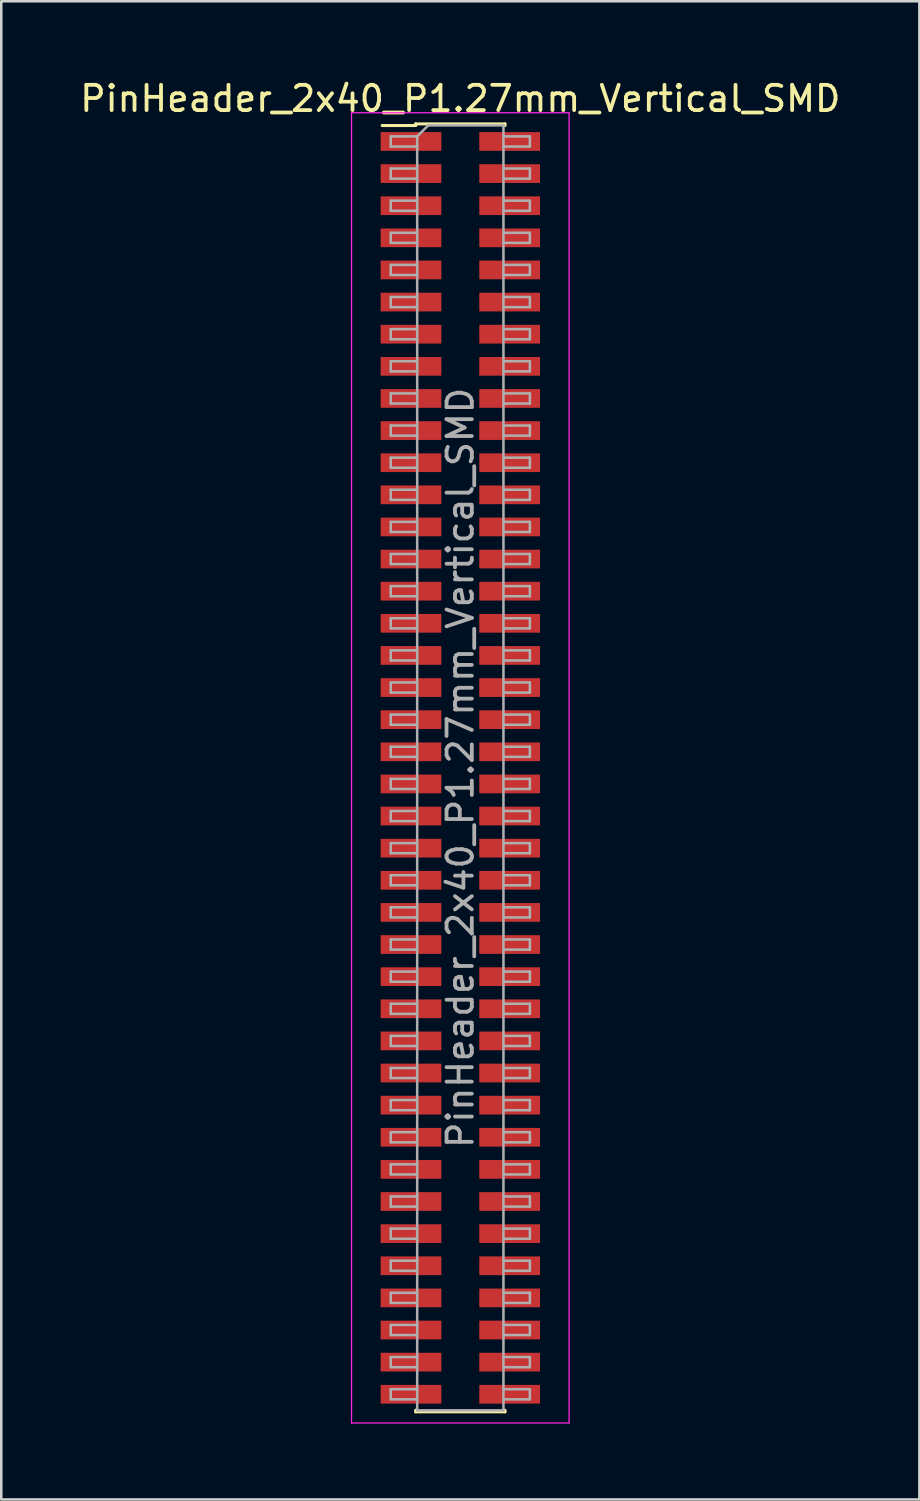
<source format=kicad_pcb>
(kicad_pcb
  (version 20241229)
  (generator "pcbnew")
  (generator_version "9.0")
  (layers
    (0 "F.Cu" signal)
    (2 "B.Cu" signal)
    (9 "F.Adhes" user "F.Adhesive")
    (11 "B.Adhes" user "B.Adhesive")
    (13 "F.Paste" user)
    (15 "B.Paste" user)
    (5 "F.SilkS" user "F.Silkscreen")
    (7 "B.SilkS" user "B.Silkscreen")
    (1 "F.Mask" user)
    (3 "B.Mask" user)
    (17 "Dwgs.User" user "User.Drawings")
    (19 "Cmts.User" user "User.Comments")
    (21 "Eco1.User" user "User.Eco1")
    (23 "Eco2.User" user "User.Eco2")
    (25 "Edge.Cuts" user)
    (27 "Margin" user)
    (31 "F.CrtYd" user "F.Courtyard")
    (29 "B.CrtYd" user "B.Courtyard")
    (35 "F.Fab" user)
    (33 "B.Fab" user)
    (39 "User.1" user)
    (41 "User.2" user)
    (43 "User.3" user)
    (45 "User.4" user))
  (footprint "PinHeader_2x40_P1.27mm_Vertical_SMD"
    (layer "F.Cu")
    (at 15.149 27.308)
    (property "Reference" "PinHeader_2x40_P1.27mm_Vertical_SMD" (at 0 -26.46 0) (layer "F.SilkS") (effects (font (size 1 1) (thickness 0.15))))
    (attr smd)
    (fp_line (start -3.09 -25.395) (end -1.765 -25.395) (stroke (width 0.12) (type solid)) (layer "F.SilkS"))
    (fp_line (start -1.765 -25.46) (end -1.765 -25.395) (stroke (width 0.12) (type solid)) (layer "F.SilkS"))
    (fp_line (start -1.765 -25.46) (end 1.765 -25.46) (stroke (width 0.12) (type solid)) (layer "F.SilkS"))
    (fp_line (start -1.765 25.395) (end -1.765 25.46) (stroke (width 0.12) (type solid)) (layer "F.SilkS"))
    (fp_line (start -1.765 25.46) (end 1.765 25.46) (stroke (width 0.12) (type solid)) (layer "F.SilkS"))
    (fp_line (start 1.765 -25.46) (end 1.765 -25.395) (stroke (width 0.12) (type solid)) (layer "F.SilkS"))
    (fp_line (start 1.765 25.395) (end 1.765 25.46) (stroke (width 0.12) (type solid)) (layer "F.SilkS"))
    (fp_line (start -4.3 -25.9) (end -4.3 25.9) (stroke (width 0.05) (type solid)) (layer "F.CrtYd"))
    (fp_line (start -4.3 25.9) (end 4.3 25.9) (stroke (width 0.05) (type solid)) (layer "F.CrtYd"))
    (fp_line (start 4.3 -25.9) (end -4.3 -25.9) (stroke (width 0.05) (type solid)) (layer "F.CrtYd"))
    (fp_line (start 4.3 25.9) (end 4.3 -25.9) (stroke (width 0.05) (type solid)) (layer "F.CrtYd"))
    (fp_line (start -2.75 -24.965) (end -2.75 -24.565) (stroke (width 0.1) (type solid)) (layer "F.Fab"))
    (fp_line (start -2.75 -24.565) (end -1.705 -24.565) (stroke (width 0.1) (type solid)) (layer "F.Fab"))
    (fp_line (start -2.75 -23.695) (end -2.75 -23.295) (stroke (width 0.1) (type solid)) (layer "F.Fab"))
    (fp_line (start -2.75 -23.295) (end -1.705 -23.295) (stroke (width 0.1) (type solid)) (layer "F.Fab"))
    (fp_line (start -2.75 -22.425) (end -2.75 -22.025) (stroke (width 0.1) (type solid)) (layer "F.Fab"))
    (fp_line (start -2.75 -22.025) (end -1.705 -22.025) (stroke (width 0.1) (type solid)) (layer "F.Fab"))
    (fp_line (start -2.75 -21.155) (end -2.75 -20.755) (stroke (width 0.1) (type solid)) (layer "F.Fab"))
    (fp_line (start -2.75 -20.755) (end -1.705 -20.755) (stroke (width 0.1) (type solid)) (layer "F.Fab"))
    (fp_line (start -2.75 -19.885) (end -2.75 -19.485) (stroke (width 0.1) (type solid)) (layer "F.Fab"))
    (fp_line (start -2.75 -19.485) (end -1.705 -19.485) (stroke (width 0.1) (type solid)) (layer "F.Fab"))
    (fp_line (start -2.75 -18.615) (end -2.75 -18.215) (stroke (width 0.1) (type solid)) (layer "F.Fab"))
    (fp_line (start -2.75 -18.215) (end -1.705 -18.215) (stroke (width 0.1) (type solid)) (layer "F.Fab"))
    (fp_line (start -2.75 -17.345) (end -2.75 -16.945) (stroke (width 0.1) (type solid)) (layer "F.Fab"))
    (fp_line (start -2.75 -16.945) (end -1.705 -16.945) (stroke (width 0.1) (type solid)) (layer "F.Fab"))
    (fp_line (start -2.75 -16.075) (end -2.75 -15.675) (stroke (width 0.1) (type solid)) (layer "F.Fab"))
    (fp_line (start -2.75 -15.675) (end -1.705 -15.675) (stroke (width 0.1) (type solid)) (layer "F.Fab"))
    (fp_line (start -2.75 -14.805) (end -2.75 -14.405) (stroke (width 0.1) (type solid)) (layer "F.Fab"))
    (fp_line (start -2.75 -14.405) (end -1.705 -14.405) (stroke (width 0.1) (type solid)) (layer "F.Fab"))
    (fp_line (start -2.75 -13.535) (end -2.75 -13.135) (stroke (width 0.1) (type solid)) (layer "F.Fab"))
    (fp_line (start -2.75 -13.135) (end -1.705 -13.135) (stroke (width 0.1) (type solid)) (layer "F.Fab"))
    (fp_line (start -2.75 -12.265) (end -2.75 -11.865) (stroke (width 0.1) (type solid)) (layer "F.Fab"))
    (fp_line (start -2.75 -11.865) (end -1.705 -11.865) (stroke (width 0.1) (type solid)) (layer "F.Fab"))
    (fp_line (start -2.75 -10.995) (end -2.75 -10.595) (stroke (width 0.1) (type solid)) (layer "F.Fab"))
    (fp_line (start -2.75 -10.595) (end -1.705 -10.595) (stroke (width 0.1) (type solid)) (layer "F.Fab"))
    (fp_line (start -2.75 -9.725) (end -2.75 -9.325) (stroke (width 0.1) (type solid)) (layer "F.Fab"))
    (fp_line (start -2.75 -9.325) (end -1.705 -9.325) (stroke (width 0.1) (type solid)) (layer "F.Fab"))
    (fp_line (start -2.75 -8.455) (end -2.75 -8.055) (stroke (width 0.1) (type solid)) (layer "F.Fab"))
    (fp_line (start -2.75 -8.055) (end -1.705 -8.055) (stroke (width 0.1) (type solid)) (layer "F.Fab"))
    (fp_line (start -2.75 -7.185) (end -2.75 -6.785) (stroke (width 0.1) (type solid)) (layer "F.Fab"))
    (fp_line (start -2.75 -6.785) (end -1.705 -6.785) (stroke (width 0.1) (type solid)) (layer "F.Fab"))
    (fp_line (start -2.75 -5.915) (end -2.75 -5.515) (stroke (width 0.1) (type solid)) (layer "F.Fab"))
    (fp_line (start -2.75 -5.515) (end -1.705 -5.515) (stroke (width 0.1) (type solid)) (layer "F.Fab"))
    (fp_line (start -2.75 -4.645) (end -2.75 -4.245) (stroke (width 0.1) (type solid)) (layer "F.Fab"))
    (fp_line (start -2.75 -4.245) (end -1.705 -4.245) (stroke (width 0.1) (type solid)) (layer "F.Fab"))
    (fp_line (start -2.75 -3.375) (end -2.75 -2.975) (stroke (width 0.1) (type solid)) (layer "F.Fab"))
    (fp_line (start -2.75 -2.975) (end -1.705 -2.975) (stroke (width 0.1) (type solid)) (layer "F.Fab"))
    (fp_line (start -2.75 -2.105) (end -2.75 -1.705) (stroke (width 0.1) (type solid)) (layer "F.Fab"))
    (fp_line (start -2.75 -1.705) (end -1.705 -1.705) (stroke (width 0.1) (type solid)) (layer "F.Fab"))
    (fp_line (start -2.75 -0.835) (end -2.75 -0.435) (stroke (width 0.1) (type solid)) (layer "F.Fab"))
    (fp_line (start -2.75 -0.435) (end -1.705 -0.435) (stroke (width 0.1) (type solid)) (layer "F.Fab"))
    (fp_line (start -2.75 0.435) (end -2.75 0.835) (stroke (width 0.1) (type solid)) (layer "F.Fab"))
    (fp_line (start -2.75 0.835) (end -1.705 0.835) (stroke (width 0.1) (type solid)) (layer "F.Fab"))
    (fp_line (start -2.75 1.705) (end -2.75 2.105) (stroke (width 0.1) (type solid)) (layer "F.Fab"))
    (fp_line (start -2.75 2.105) (end -1.705 2.105) (stroke (width 0.1) (type solid)) (layer "F.Fab"))
    (fp_line (start -2.75 2.975) (end -2.75 3.375) (stroke (width 0.1) (type solid)) (layer "F.Fab"))
    (fp_line (start -2.75 3.375) (end -1.705 3.375) (stroke (width 0.1) (type solid)) (layer "F.Fab"))
    (fp_line (start -2.75 4.245) (end -2.75 4.645) (stroke (width 0.1) (type solid)) (layer "F.Fab"))
    (fp_line (start -2.75 4.645) (end -1.705 4.645) (stroke (width 0.1) (type solid)) (layer "F.Fab"))
    (fp_line (start -2.75 5.515) (end -2.75 5.915) (stroke (width 0.1) (type solid)) (layer "F.Fab"))
    (fp_line (start -2.75 5.915) (end -1.705 5.915) (stroke (width 0.1) (type solid)) (layer "F.Fab"))
    (fp_line (start -2.75 6.785) (end -2.75 7.185) (stroke (width 0.1) (type solid)) (layer "F.Fab"))
    (fp_line (start -2.75 7.185) (end -1.705 7.185) (stroke (width 0.1) (type solid)) (layer "F.Fab"))
    (fp_line (start -2.75 8.055) (end -2.75 8.455) (stroke (width 0.1) (type solid)) (layer "F.Fab"))
    (fp_line (start -2.75 8.455) (end -1.705 8.455) (stroke (width 0.1) (type solid)) (layer "F.Fab"))
    (fp_line (start -2.75 9.325) (end -2.75 9.725) (stroke (width 0.1) (type solid)) (layer "F.Fab"))
    (fp_line (start -2.75 9.725) (end -1.705 9.725) (stroke (width 0.1) (type solid)) (layer "F.Fab"))
    (fp_line (start -2.75 10.595) (end -2.75 10.995) (stroke (width 0.1) (type solid)) (layer "F.Fab"))
    (fp_line (start -2.75 10.995) (end -1.705 10.995) (stroke (width 0.1) (type solid)) (layer "F.Fab"))
    (fp_line (start -2.75 11.865) (end -2.75 12.265) (stroke (width 0.1) (type solid)) (layer "F.Fab"))
    (fp_line (start -2.75 12.265) (end -1.705 12.265) (stroke (width 0.1) (type solid)) (layer "F.Fab"))
    (fp_line (start -2.75 13.135) (end -2.75 13.535) (stroke (width 0.1) (type solid)) (layer "F.Fab"))
    (fp_line (start -2.75 13.535) (end -1.705 13.535) (stroke (width 0.1) (type solid)) (layer "F.Fab"))
    (fp_line (start -2.75 14.405) (end -2.75 14.805) (stroke (width 0.1) (type solid)) (layer "F.Fab"))
    (fp_line (start -2.75 14.805) (end -1.705 14.805) (stroke (width 0.1) (type solid)) (layer "F.Fab"))
    (fp_line (start -2.75 15.675) (end -2.75 16.075) (stroke (width 0.1) (type solid)) (layer "F.Fab"))
    (fp_line (start -2.75 16.075) (end -1.705 16.075) (stroke (width 0.1) (type solid)) (layer "F.Fab"))
    (fp_line (start -2.75 16.945) (end -2.75 17.345) (stroke (width 0.1) (type solid)) (layer "F.Fab"))
    (fp_line (start -2.75 17.345) (end -1.705 17.345) (stroke (width 0.1) (type solid)) (layer "F.Fab"))
    (fp_line (start -2.75 18.215) (end -2.75 18.615) (stroke (width 0.1) (type solid)) (layer "F.Fab"))
    (fp_line (start -2.75 18.615) (end -1.705 18.615) (stroke (width 0.1) (type solid)) (layer "F.Fab"))
    (fp_line (start -2.75 19.485) (end -2.75 19.885) (stroke (width 0.1) (type solid)) (layer "F.Fab"))
    (fp_line (start -2.75 19.885) (end -1.705 19.885) (stroke (width 0.1) (type solid)) (layer "F.Fab"))
    (fp_line (start -2.75 20.755) (end -2.75 21.155) (stroke (width 0.1) (type solid)) (layer "F.Fab"))
    (fp_line (start -2.75 21.155) (end -1.705 21.155) (stroke (width 0.1) (type solid)) (layer "F.Fab"))
    (fp_line (start -2.75 22.025) (end -2.75 22.425) (stroke (width 0.1) (type solid)) (layer "F.Fab"))
    (fp_line (start -2.75 22.425) (end -1.705 22.425) (stroke (width 0.1) (type solid)) (layer "F.Fab"))
    (fp_line (start -2.75 23.295) (end -2.75 23.695) (stroke (width 0.1) (type solid)) (layer "F.Fab"))
    (fp_line (start -2.75 23.695) (end -1.705 23.695) (stroke (width 0.1) (type solid)) (layer "F.Fab"))
    (fp_line (start -2.75 24.565) (end -2.75 24.965) (stroke (width 0.1) (type solid)) (layer "F.Fab"))
    (fp_line (start -2.75 24.965) (end -1.705 24.965) (stroke (width 0.1) (type solid)) (layer "F.Fab"))
    (fp_line (start -1.705 -24.965) (end -2.75 -24.965) (stroke (width 0.1) (type solid)) (layer "F.Fab"))
    (fp_line (start -1.705 -24.965) (end -1.27 -25.4) (stroke (width 0.1) (type solid)) (layer "F.Fab"))
    (fp_line (start -1.705 -23.695) (end -2.75 -23.695) (stroke (width 0.1) (type solid)) (layer "F.Fab"))
    (fp_line (start -1.705 -22.425) (end -2.75 -22.425) (stroke (width 0.1) (type solid)) (layer "F.Fab"))
    (fp_line (start -1.705 -21.155) (end -2.75 -21.155) (stroke (width 0.1) (type solid)) (layer "F.Fab"))
    (fp_line (start -1.705 -19.885) (end -2.75 -19.885) (stroke (width 0.1) (type solid)) (layer "F.Fab"))
    (fp_line (start -1.705 -18.615) (end -2.75 -18.615) (stroke (width 0.1) (type solid)) (layer "F.Fab"))
    (fp_line (start -1.705 -17.345) (end -2.75 -17.345) (stroke (width 0.1) (type solid)) (layer "F.Fab"))
    (fp_line (start -1.705 -16.075) (end -2.75 -16.075) (stroke (width 0.1) (type solid)) (layer "F.Fab"))
    (fp_line (start -1.705 -14.805) (end -2.75 -14.805) (stroke (width 0.1) (type solid)) (layer "F.Fab"))
    (fp_line (start -1.705 -13.535) (end -2.75 -13.535) (stroke (width 0.1) (type solid)) (layer "F.Fab"))
    (fp_line (start -1.705 -12.265) (end -2.75 -12.265) (stroke (width 0.1) (type solid)) (layer "F.Fab"))
    (fp_line (start -1.705 -10.995) (end -2.75 -10.995) (stroke (width 0.1) (type solid)) (layer "F.Fab"))
    (fp_line (start -1.705 -9.725) (end -2.75 -9.725) (stroke (width 0.1) (type solid)) (layer "F.Fab"))
    (fp_line (start -1.705 -8.455) (end -2.75 -8.455) (stroke (width 0.1) (type solid)) (layer "F.Fab"))
    (fp_line (start -1.705 -7.185) (end -2.75 -7.185) (stroke (width 0.1) (type solid)) (layer "F.Fab"))
    (fp_line (start -1.705 -5.915) (end -2.75 -5.915) (stroke (width 0.1) (type solid)) (layer "F.Fab"))
    (fp_line (start -1.705 -4.645) (end -2.75 -4.645) (stroke (width 0.1) (type solid)) (layer "F.Fab"))
    (fp_line (start -1.705 -3.375) (end -2.75 -3.375) (stroke (width 0.1) (type solid)) (layer "F.Fab"))
    (fp_line (start -1.705 -2.105) (end -2.75 -2.105) (stroke (width 0.1) (type solid)) (layer "F.Fab"))
    (fp_line (start -1.705 -0.835) (end -2.75 -0.835) (stroke (width 0.1) (type solid)) (layer "F.Fab"))
    (fp_line (start -1.705 0.435) (end -2.75 0.435) (stroke (width 0.1) (type solid)) (layer "F.Fab"))
    (fp_line (start -1.705 1.705) (end -2.75 1.705) (stroke (width 0.1) (type solid)) (layer "F.Fab"))
    (fp_line (start -1.705 2.975) (end -2.75 2.975) (stroke (width 0.1) (type solid)) (layer "F.Fab"))
    (fp_line (start -1.705 4.245) (end -2.75 4.245) (stroke (width 0.1) (type solid)) (layer "F.Fab"))
    (fp_line (start -1.705 5.515) (end -2.75 5.515) (stroke (width 0.1) (type solid)) (layer "F.Fab"))
    (fp_line (start -1.705 6.785) (end -2.75 6.785) (stroke (width 0.1) (type solid)) (layer "F.Fab"))
    (fp_line (start -1.705 8.055) (end -2.75 8.055) (stroke (width 0.1) (type solid)) (layer "F.Fab"))
    (fp_line (start -1.705 9.325) (end -2.75 9.325) (stroke (width 0.1) (type solid)) (layer "F.Fab"))
    (fp_line (start -1.705 10.595) (end -2.75 10.595) (stroke (width 0.1) (type solid)) (layer "F.Fab"))
    (fp_line (start -1.705 11.865) (end -2.75 11.865) (stroke (width 0.1) (type solid)) (layer "F.Fab"))
    (fp_line (start -1.705 13.135) (end -2.75 13.135) (stroke (width 0.1) (type solid)) (layer "F.Fab"))
    (fp_line (start -1.705 14.405) (end -2.75 14.405) (stroke (width 0.1) (type solid)) (layer "F.Fab"))
    (fp_line (start -1.705 15.675) (end -2.75 15.675) (stroke (width 0.1) (type solid)) (layer "F.Fab"))
    (fp_line (start -1.705 16.945) (end -2.75 16.945) (stroke (width 0.1) (type solid)) (layer "F.Fab"))
    (fp_line (start -1.705 18.215) (end -2.75 18.215) (stroke (width 0.1) (type solid)) (layer "F.Fab"))
    (fp_line (start -1.705 19.485) (end -2.75 19.485) (stroke (width 0.1) (type solid)) (layer "F.Fab"))
    (fp_line (start -1.705 20.755) (end -2.75 20.755) (stroke (width 0.1) (type solid)) (layer "F.Fab"))
    (fp_line (start -1.705 22.025) (end -2.75 22.025) (stroke (width 0.1) (type solid)) (layer "F.Fab"))
    (fp_line (start -1.705 23.295) (end -2.75 23.295) (stroke (width 0.1) (type solid)) (layer "F.Fab"))
    (fp_line (start -1.705 24.565) (end -2.75 24.565) (stroke (width 0.1) (type solid)) (layer "F.Fab"))
    (fp_line (start -1.705 25.4) (end -1.705 -24.965) (stroke (width 0.1) (type solid)) (layer "F.Fab"))
    (fp_line (start -1.27 -25.4) (end 1.705 -25.4) (stroke (width 0.1) (type solid)) (layer "F.Fab"))
    (fp_line (start 1.705 -25.4) (end 1.705 25.4) (stroke (width 0.1) (type solid)) (layer "F.Fab"))
    (fp_line (start 1.705 -24.965) (end 2.75 -24.965) (stroke (width 0.1) (type solid)) (layer "F.Fab"))
    (fp_line (start 1.705 -23.695) (end 2.75 -23.695) (stroke (width 0.1) (type solid)) (layer "F.Fab"))
    (fp_line (start 1.705 -22.425) (end 2.75 -22.425) (stroke (width 0.1) (type solid)) (layer "F.Fab"))
    (fp_line (start 1.705 -21.155) (end 2.75 -21.155) (stroke (width 0.1) (type solid)) (layer "F.Fab"))
    (fp_line (start 1.705 -19.885) (end 2.75 -19.885) (stroke (width 0.1) (type solid)) (layer "F.Fab"))
    (fp_line (start 1.705 -18.615) (end 2.75 -18.615) (stroke (width 0.1) (type solid)) (layer "F.Fab"))
    (fp_line (start 1.705 -17.345) (end 2.75 -17.345) (stroke (width 0.1) (type solid)) (layer "F.Fab"))
    (fp_line (start 1.705 -16.075) (end 2.75 -16.075) (stroke (width 0.1) (type solid)) (layer "F.Fab"))
    (fp_line (start 1.705 -14.805) (end 2.75 -14.805) (stroke (width 0.1) (type solid)) (layer "F.Fab"))
    (fp_line (start 1.705 -13.535) (end 2.75 -13.535) (stroke (width 0.1) (type solid)) (layer "F.Fab"))
    (fp_line (start 1.705 -12.265) (end 2.75 -12.265) (stroke (width 0.1) (type solid)) (layer "F.Fab"))
    (fp_line (start 1.705 -10.995) (end 2.75 -10.995) (stroke (width 0.1) (type solid)) (layer "F.Fab"))
    (fp_line (start 1.705 -9.725) (end 2.75 -9.725) (stroke (width 0.1) (type solid)) (layer "F.Fab"))
    (fp_line (start 1.705 -8.455) (end 2.75 -8.455) (stroke (width 0.1) (type solid)) (layer "F.Fab"))
    (fp_line (start 1.705 -7.185) (end 2.75 -7.185) (stroke (width 0.1) (type solid)) (layer "F.Fab"))
    (fp_line (start 1.705 -5.915) (end 2.75 -5.915) (stroke (width 0.1) (type solid)) (layer "F.Fab"))
    (fp_line (start 1.705 -4.645) (end 2.75 -4.645) (stroke (width 0.1) (type solid)) (layer "F.Fab"))
    (fp_line (start 1.705 -3.375) (end 2.75 -3.375) (stroke (width 0.1) (type solid)) (layer "F.Fab"))
    (fp_line (start 1.705 -2.105) (end 2.75 -2.105) (stroke (width 0.1) (type solid)) (layer "F.Fab"))
    (fp_line (start 1.705 -0.835) (end 2.75 -0.835) (stroke (width 0.1) (type solid)) (layer "F.Fab"))
    (fp_line (start 1.705 0.435) (end 2.75 0.435) (stroke (width 0.1) (type solid)) (layer "F.Fab"))
    (fp_line (start 1.705 1.705) (end 2.75 1.705) (stroke (width 0.1) (type solid)) (layer "F.Fab"))
    (fp_line (start 1.705 2.975) (end 2.75 2.975) (stroke (width 0.1) (type solid)) (layer "F.Fab"))
    (fp_line (start 1.705 4.245) (end 2.75 4.245) (stroke (width 0.1) (type solid)) (layer "F.Fab"))
    (fp_line (start 1.705 5.515) (end 2.75 5.515) (stroke (width 0.1) (type solid)) (layer "F.Fab"))
    (fp_line (start 1.705 6.785) (end 2.75 6.785) (stroke (width 0.1) (type solid)) (layer "F.Fab"))
    (fp_line (start 1.705 8.055) (end 2.75 8.055) (stroke (width 0.1) (type solid)) (layer "F.Fab"))
    (fp_line (start 1.705 9.325) (end 2.75 9.325) (stroke (width 0.1) (type solid)) (layer "F.Fab"))
    (fp_line (start 1.705 10.595) (end 2.75 10.595) (stroke (width 0.1) (type solid)) (layer "F.Fab"))
    (fp_line (start 1.705 11.865) (end 2.75 11.865) (stroke (width 0.1) (type solid)) (layer "F.Fab"))
    (fp_line (start 1.705 13.135) (end 2.75 13.135) (stroke (width 0.1) (type solid)) (layer "F.Fab"))
    (fp_line (start 1.705 14.405) (end 2.75 14.405) (stroke (width 0.1) (type solid)) (layer "F.Fab"))
    (fp_line (start 1.705 15.675) (end 2.75 15.675) (stroke (width 0.1) (type solid)) (layer "F.Fab"))
    (fp_line (start 1.705 16.945) (end 2.75 16.945) (stroke (width 0.1) (type solid)) (layer "F.Fab"))
    (fp_line (start 1.705 18.215) (end 2.75 18.215) (stroke (width 0.1) (type solid)) (layer "F.Fab"))
    (fp_line (start 1.705 19.485) (end 2.75 19.485) (stroke (width 0.1) (type solid)) (layer "F.Fab"))
    (fp_line (start 1.705 20.755) (end 2.75 20.755) (stroke (width 0.1) (type solid)) (layer "F.Fab"))
    (fp_line (start 1.705 22.025) (end 2.75 22.025) (stroke (width 0.1) (type solid)) (layer "F.Fab"))
    (fp_line (start 1.705 23.295) (end 2.75 23.295) (stroke (width 0.1) (type solid)) (layer "F.Fab"))
    (fp_line (start 1.705 24.565) (end 2.75 24.565) (stroke (width 0.1) (type solid)) (layer "F.Fab"))
    (fp_line (start 1.705 25.4) (end -1.705 25.4) (stroke (width 0.1) (type solid)) (layer "F.Fab"))
    (fp_line (start 2.75 -24.965) (end 2.75 -24.565) (stroke (width 0.1) (type solid)) (layer "F.Fab"))
    (fp_line (start 2.75 -24.565) (end 1.705 -24.565) (stroke (width 0.1) (type solid)) (layer "F.Fab"))
    (fp_line (start 2.75 -23.695) (end 2.75 -23.295) (stroke (width 0.1) (type solid)) (layer "F.Fab"))
    (fp_line (start 2.75 -23.295) (end 1.705 -23.295) (stroke (width 0.1) (type solid)) (layer "F.Fab"))
    (fp_line (start 2.75 -22.425) (end 2.75 -22.025) (stroke (width 0.1) (type solid)) (layer "F.Fab"))
    (fp_line (start 2.75 -22.025) (end 1.705 -22.025) (stroke (width 0.1) (type solid)) (layer "F.Fab"))
    (fp_line (start 2.75 -21.155) (end 2.75 -20.755) (stroke (width 0.1) (type solid)) (layer "F.Fab"))
    (fp_line (start 2.75 -20.755) (end 1.705 -20.755) (stroke (width 0.1) (type solid)) (layer "F.Fab"))
    (fp_line (start 2.75 -19.885) (end 2.75 -19.485) (stroke (width 0.1) (type solid)) (layer "F.Fab"))
    (fp_line (start 2.75 -19.485) (end 1.705 -19.485) (stroke (width 0.1) (type solid)) (layer "F.Fab"))
    (fp_line (start 2.75 -18.615) (end 2.75 -18.215) (stroke (width 0.1) (type solid)) (layer "F.Fab"))
    (fp_line (start 2.75 -18.215) (end 1.705 -18.215) (stroke (width 0.1) (type solid)) (layer "F.Fab"))
    (fp_line (start 2.75 -17.345) (end 2.75 -16.945) (stroke (width 0.1) (type solid)) (layer "F.Fab"))
    (fp_line (start 2.75 -16.945) (end 1.705 -16.945) (stroke (width 0.1) (type solid)) (layer "F.Fab"))
    (fp_line (start 2.75 -16.075) (end 2.75 -15.675) (stroke (width 0.1) (type solid)) (layer "F.Fab"))
    (fp_line (start 2.75 -15.675) (end 1.705 -15.675) (stroke (width 0.1) (type solid)) (layer "F.Fab"))
    (fp_line (start 2.75 -14.805) (end 2.75 -14.405) (stroke (width 0.1) (type solid)) (layer "F.Fab"))
    (fp_line (start 2.75 -14.405) (end 1.705 -14.405) (stroke (width 0.1) (type solid)) (layer "F.Fab"))
    (fp_line (start 2.75 -13.535) (end 2.75 -13.135) (stroke (width 0.1) (type solid)) (layer "F.Fab"))
    (fp_line (start 2.75 -13.135) (end 1.705 -13.135) (stroke (width 0.1) (type solid)) (layer "F.Fab"))
    (fp_line (start 2.75 -12.265) (end 2.75 -11.865) (stroke (width 0.1) (type solid)) (layer "F.Fab"))
    (fp_line (start 2.75 -11.865) (end 1.705 -11.865) (stroke (width 0.1) (type solid)) (layer "F.Fab"))
    (fp_line (start 2.75 -10.995) (end 2.75 -10.595) (stroke (width 0.1) (type solid)) (layer "F.Fab"))
    (fp_line (start 2.75 -10.595) (end 1.705 -10.595) (stroke (width 0.1) (type solid)) (layer "F.Fab"))
    (fp_line (start 2.75 -9.725) (end 2.75 -9.325) (stroke (width 0.1) (type solid)) (layer "F.Fab"))
    (fp_line (start 2.75 -9.325) (end 1.705 -9.325) (stroke (width 0.1) (type solid)) (layer "F.Fab"))
    (fp_line (start 2.75 -8.455) (end 2.75 -8.055) (stroke (width 0.1) (type solid)) (layer "F.Fab"))
    (fp_line (start 2.75 -8.055) (end 1.705 -8.055) (stroke (width 0.1) (type solid)) (layer "F.Fab"))
    (fp_line (start 2.75 -7.185) (end 2.75 -6.785) (stroke (width 0.1) (type solid)) (layer "F.Fab"))
    (fp_line (start 2.75 -6.785) (end 1.705 -6.785) (stroke (width 0.1) (type solid)) (layer "F.Fab"))
    (fp_line (start 2.75 -5.915) (end 2.75 -5.515) (stroke (width 0.1) (type solid)) (layer "F.Fab"))
    (fp_line (start 2.75 -5.515) (end 1.705 -5.515) (stroke (width 0.1) (type solid)) (layer "F.Fab"))
    (fp_line (start 2.75 -4.645) (end 2.75 -4.245) (stroke (width 0.1) (type solid)) (layer "F.Fab"))
    (fp_line (start 2.75 -4.245) (end 1.705 -4.245) (stroke (width 0.1) (type solid)) (layer "F.Fab"))
    (fp_line (start 2.75 -3.375) (end 2.75 -2.975) (stroke (width 0.1) (type solid)) (layer "F.Fab"))
    (fp_line (start 2.75 -2.975) (end 1.705 -2.975) (stroke (width 0.1) (type solid)) (layer "F.Fab"))
    (fp_line (start 2.75 -2.105) (end 2.75 -1.705) (stroke (width 0.1) (type solid)) (layer "F.Fab"))
    (fp_line (start 2.75 -1.705) (end 1.705 -1.705) (stroke (width 0.1) (type solid)) (layer "F.Fab"))
    (fp_line (start 2.75 -0.835) (end 2.75 -0.435) (stroke (width 0.1) (type solid)) (layer "F.Fab"))
    (fp_line (start 2.75 -0.435) (end 1.705 -0.435) (stroke (width 0.1) (type solid)) (layer "F.Fab"))
    (fp_line (start 2.75 0.435) (end 2.75 0.835) (stroke (width 0.1) (type solid)) (layer "F.Fab"))
    (fp_line (start 2.75 0.835) (end 1.705 0.835) (stroke (width 0.1) (type solid)) (layer "F.Fab"))
    (fp_line (start 2.75 1.705) (end 2.75 2.105) (stroke (width 0.1) (type solid)) (layer "F.Fab"))
    (fp_line (start 2.75 2.105) (end 1.705 2.105) (stroke (width 0.1) (type solid)) (layer "F.Fab"))
    (fp_line (start 2.75 2.975) (end 2.75 3.375) (stroke (width 0.1) (type solid)) (layer "F.Fab"))
    (fp_line (start 2.75 3.375) (end 1.705 3.375) (stroke (width 0.1) (type solid)) (layer "F.Fab"))
    (fp_line (start 2.75 4.245) (end 2.75 4.645) (stroke (width 0.1) (type solid)) (layer "F.Fab"))
    (fp_line (start 2.75 4.645) (end 1.705 4.645) (stroke (width 0.1) (type solid)) (layer "F.Fab"))
    (fp_line (start 2.75 5.515) (end 2.75 5.915) (stroke (width 0.1) (type solid)) (layer "F.Fab"))
    (fp_line (start 2.75 5.915) (end 1.705 5.915) (stroke (width 0.1) (type solid)) (layer "F.Fab"))
    (fp_line (start 2.75 6.785) (end 2.75 7.185) (stroke (width 0.1) (type solid)) (layer "F.Fab"))
    (fp_line (start 2.75 7.185) (end 1.705 7.185) (stroke (width 0.1) (type solid)) (layer "F.Fab"))
    (fp_line (start 2.75 8.055) (end 2.75 8.455) (stroke (width 0.1) (type solid)) (layer "F.Fab"))
    (fp_line (start 2.75 8.455) (end 1.705 8.455) (stroke (width 0.1) (type solid)) (layer "F.Fab"))
    (fp_line (start 2.75 9.325) (end 2.75 9.725) (stroke (width 0.1) (type solid)) (layer "F.Fab"))
    (fp_line (start 2.75 9.725) (end 1.705 9.725) (stroke (width 0.1) (type solid)) (layer "F.Fab"))
    (fp_line (start 2.75 10.595) (end 2.75 10.995) (stroke (width 0.1) (type solid)) (layer "F.Fab"))
    (fp_line (start 2.75 10.995) (end 1.705 10.995) (stroke (width 0.1) (type solid)) (layer "F.Fab"))
    (fp_line (start 2.75 11.865) (end 2.75 12.265) (stroke (width 0.1) (type solid)) (layer "F.Fab"))
    (fp_line (start 2.75 12.265) (end 1.705 12.265) (stroke (width 0.1) (type solid)) (layer "F.Fab"))
    (fp_line (start 2.75 13.135) (end 2.75 13.535) (stroke (width 0.1) (type solid)) (layer "F.Fab"))
    (fp_line (start 2.75 13.535) (end 1.705 13.535) (stroke (width 0.1) (type solid)) (layer "F.Fab"))
    (fp_line (start 2.75 14.405) (end 2.75 14.805) (stroke (width 0.1) (type solid)) (layer "F.Fab"))
    (fp_line (start 2.75 14.805) (end 1.705 14.805) (stroke (width 0.1) (type solid)) (layer "F.Fab"))
    (fp_line (start 2.75 15.675) (end 2.75 16.075) (stroke (width 0.1) (type solid)) (layer "F.Fab"))
    (fp_line (start 2.75 16.075) (end 1.705 16.075) (stroke (width 0.1) (type solid)) (layer "F.Fab"))
    (fp_line (start 2.75 16.945) (end 2.75 17.345) (stroke (width 0.1) (type solid)) (layer "F.Fab"))
    (fp_line (start 2.75 17.345) (end 1.705 17.345) (stroke (width 0.1) (type solid)) (layer "F.Fab"))
    (fp_line (start 2.75 18.215) (end 2.75 18.615) (stroke (width 0.1) (type solid)) (layer "F.Fab"))
    (fp_line (start 2.75 18.615) (end 1.705 18.615) (stroke (width 0.1) (type solid)) (layer "F.Fab"))
    (fp_line (start 2.75 19.485) (end 2.75 19.885) (stroke (width 0.1) (type solid)) (layer "F.Fab"))
    (fp_line (start 2.75 19.885) (end 1.705 19.885) (stroke (width 0.1) (type solid)) (layer "F.Fab"))
    (fp_line (start 2.75 20.755) (end 2.75 21.155) (stroke (width 0.1) (type solid)) (layer "F.Fab"))
    (fp_line (start 2.75 21.155) (end 1.705 21.155) (stroke (width 0.1) (type solid)) (layer "F.Fab"))
    (fp_line (start 2.75 22.025) (end 2.75 22.425) (stroke (width 0.1) (type solid)) (layer "F.Fab"))
    (fp_line (start 2.75 22.425) (end 1.705 22.425) (stroke (width 0.1) (type solid)) (layer "F.Fab"))
    (fp_line (start 2.75 23.295) (end 2.75 23.695) (stroke (width 0.1) (type solid)) (layer "F.Fab"))
    (fp_line (start 2.75 23.695) (end 1.705 23.695) (stroke (width 0.1) (type solid)) (layer "F.Fab"))
    (fp_line (start 2.75 24.565) (end 2.75 24.965) (stroke (width 0.1) (type solid)) (layer "F.Fab"))
    (fp_line (start 2.75 24.965) (end 1.705 24.965) (stroke (width 0.1) (type solid)) (layer "F.Fab"))
    (fp_text user "${REFERENCE}" (at 0 0 90) (layer "F.Fab") (effects (font (size 1 1) (thickness 0.15))))
    (pad "1" smd rect (at -1.95 -24.765) (size 2.4 0.74) (layers "F.Cu" "F.Mask" "F.Paste"))
    (pad "2" smd rect (at 1.95 -24.765) (size 2.4 0.74) (layers "F.Cu" "F.Mask" "F.Paste"))
    (pad "3" smd rect (at -1.95 -23.495) (size 2.4 0.74) (layers "F.Cu" "F.Mask" "F.Paste"))
    (pad "4" smd rect (at 1.95 -23.495) (size 2.4 0.74) (layers "F.Cu" "F.Mask" "F.Paste"))
    (pad "5" smd rect (at -1.95 -22.225) (size 2.4 0.74) (layers "F.Cu" "F.Mask" "F.Paste"))
    (pad "6" smd rect (at 1.95 -22.225) (size 2.4 0.74) (layers "F.Cu" "F.Mask" "F.Paste"))
    (pad "7" smd rect (at -1.95 -20.955) (size 2.4 0.74) (layers "F.Cu" "F.Mask" "F.Paste"))
    (pad "8" smd rect (at 1.95 -20.955) (size 2.4 0.74) (layers "F.Cu" "F.Mask" "F.Paste"))
    (pad "9" smd rect (at -1.95 -19.685) (size 2.4 0.74) (layers "F.Cu" "F.Mask" "F.Paste"))
    (pad "10" smd rect (at 1.95 -19.685) (size 2.4 0.74) (layers "F.Cu" "F.Mask" "F.Paste"))
    (pad "11" smd rect (at -1.95 -18.415) (size 2.4 0.74) (layers "F.Cu" "F.Mask" "F.Paste"))
    (pad "12" smd rect (at 1.95 -18.415) (size 2.4 0.74) (layers "F.Cu" "F.Mask" "F.Paste"))
    (pad "13" smd rect (at -1.95 -17.145) (size 2.4 0.74) (layers "F.Cu" "F.Mask" "F.Paste"))
    (pad "14" smd rect (at 1.95 -17.145) (size 2.4 0.74) (layers "F.Cu" "F.Mask" "F.Paste"))
    (pad "15" smd rect (at -1.95 -15.875) (size 2.4 0.74) (layers "F.Cu" "F.Mask" "F.Paste"))
    (pad "16" smd rect (at 1.95 -15.875) (size 2.4 0.74) (layers "F.Cu" "F.Mask" "F.Paste"))
    (pad "17" smd rect (at -1.95 -14.605) (size 2.4 0.74) (layers "F.Cu" "F.Mask" "F.Paste"))
    (pad "18" smd rect (at 1.95 -14.605) (size 2.4 0.74) (layers "F.Cu" "F.Mask" "F.Paste"))
    (pad "19" smd rect (at -1.95 -13.335) (size 2.4 0.74) (layers "F.Cu" "F.Mask" "F.Paste"))
    (pad "20" smd rect (at 1.95 -13.335) (size 2.4 0.74) (layers "F.Cu" "F.Mask" "F.Paste"))
    (pad "21" smd rect (at -1.95 -12.065) (size 2.4 0.74) (layers "F.Cu" "F.Mask" "F.Paste"))
    (pad "22" smd rect (at 1.95 -12.065) (size 2.4 0.74) (layers "F.Cu" "F.Mask" "F.Paste"))
    (pad "23" smd rect (at -1.95 -10.795) (size 2.4 0.74) (layers "F.Cu" "F.Mask" "F.Paste"))
    (pad "24" smd rect (at 1.95 -10.795) (size 2.4 0.74) (layers "F.Cu" "F.Mask" "F.Paste"))
    (pad "25" smd rect (at -1.95 -9.525) (size 2.4 0.74) (layers "F.Cu" "F.Mask" "F.Paste"))
    (pad "26" smd rect (at 1.95 -9.525) (size 2.4 0.74) (layers "F.Cu" "F.Mask" "F.Paste"))
    (pad "27" smd rect (at -1.95 -8.255) (size 2.4 0.74) (layers "F.Cu" "F.Mask" "F.Paste"))
    (pad "28" smd rect (at 1.95 -8.255) (size 2.4 0.74) (layers "F.Cu" "F.Mask" "F.Paste"))
    (pad "29" smd rect (at -1.95 -6.985) (size 2.4 0.74) (layers "F.Cu" "F.Mask" "F.Paste"))
    (pad "30" smd rect (at 1.95 -6.985) (size 2.4 0.74) (layers "F.Cu" "F.Mask" "F.Paste"))
    (pad "31" smd rect (at -1.95 -5.715) (size 2.4 0.74) (layers "F.Cu" "F.Mask" "F.Paste"))
    (pad "32" smd rect (at 1.95 -5.715) (size 2.4 0.74) (layers "F.Cu" "F.Mask" "F.Paste"))
    (pad "33" smd rect (at -1.95 -4.445) (size 2.4 0.74) (layers "F.Cu" "F.Mask" "F.Paste"))
    (pad "34" smd rect (at 1.95 -4.445) (size 2.4 0.74) (layers "F.Cu" "F.Mask" "F.Paste"))
    (pad "35" smd rect (at -1.95 -3.175) (size 2.4 0.74) (layers "F.Cu" "F.Mask" "F.Paste"))
    (pad "36" smd rect (at 1.95 -3.175) (size 2.4 0.74) (layers "F.Cu" "F.Mask" "F.Paste"))
    (pad "37" smd rect (at -1.95 -1.905) (size 2.4 0.74) (layers "F.Cu" "F.Mask" "F.Paste"))
    (pad "38" smd rect (at 1.95 -1.905) (size 2.4 0.74) (layers "F.Cu" "F.Mask" "F.Paste"))
    (pad "39" smd rect (at -1.95 -0.635) (size 2.4 0.74) (layers "F.Cu" "F.Mask" "F.Paste"))
    (pad "40" smd rect (at 1.95 -0.635) (size 2.4 0.74) (layers "F.Cu" "F.Mask" "F.Paste"))
    (pad "41" smd rect (at -1.95 0.635) (size 2.4 0.74) (layers "F.Cu" "F.Mask" "F.Paste"))
    (pad "42" smd rect (at 1.95 0.635) (size 2.4 0.74) (layers "F.Cu" "F.Mask" "F.Paste"))
    (pad "43" smd rect (at -1.95 1.905) (size 2.4 0.74) (layers "F.Cu" "F.Mask" "F.Paste"))
    (pad "44" smd rect (at 1.95 1.905) (size 2.4 0.74) (layers "F.Cu" "F.Mask" "F.Paste"))
    (pad "45" smd rect (at -1.95 3.175) (size 2.4 0.74) (layers "F.Cu" "F.Mask" "F.Paste"))
    (pad "46" smd rect (at 1.95 3.175) (size 2.4 0.74) (layers "F.Cu" "F.Mask" "F.Paste"))
    (pad "47" smd rect (at -1.95 4.445) (size 2.4 0.74) (layers "F.Cu" "F.Mask" "F.Paste"))
    (pad "48" smd rect (at 1.95 4.445) (size 2.4 0.74) (layers "F.Cu" "F.Mask" "F.Paste"))
    (pad "49" smd rect (at -1.95 5.715) (size 2.4 0.74) (layers "F.Cu" "F.Mask" "F.Paste"))
    (pad "50" smd rect (at 1.95 5.715) (size 2.4 0.74) (layers "F.Cu" "F.Mask" "F.Paste"))
    (pad "51" smd rect (at -1.95 6.985) (size 2.4 0.74) (layers "F.Cu" "F.Mask" "F.Paste"))
    (pad "52" smd rect (at 1.95 6.985) (size 2.4 0.74) (layers "F.Cu" "F.Mask" "F.Paste"))
    (pad "53" smd rect (at -1.95 8.255) (size 2.4 0.74) (layers "F.Cu" "F.Mask" "F.Paste"))
    (pad "54" smd rect (at 1.95 8.255) (size 2.4 0.74) (layers "F.Cu" "F.Mask" "F.Paste"))
    (pad "55" smd rect (at -1.95 9.525) (size 2.4 0.74) (layers "F.Cu" "F.Mask" "F.Paste"))
    (pad "56" smd rect (at 1.95 9.525) (size 2.4 0.74) (layers "F.Cu" "F.Mask" "F.Paste"))
    (pad "57" smd rect (at -1.95 10.795) (size 2.4 0.74) (layers "F.Cu" "F.Mask" "F.Paste"))
    (pad "58" smd rect (at 1.95 10.795) (size 2.4 0.74) (layers "F.Cu" "F.Mask" "F.Paste"))
    (pad "59" smd rect (at -1.95 12.065) (size 2.4 0.74) (layers "F.Cu" "F.Mask" "F.Paste"))
    (pad "60" smd rect (at 1.95 12.065) (size 2.4 0.74) (layers "F.Cu" "F.Mask" "F.Paste"))
    (pad "61" smd rect (at -1.95 13.335) (size 2.4 0.74) (layers "F.Cu" "F.Mask" "F.Paste"))
    (pad "62" smd rect (at 1.95 13.335) (size 2.4 0.74) (layers "F.Cu" "F.Mask" "F.Paste"))
    (pad "63" smd rect (at -1.95 14.605) (size 2.4 0.74) (layers "F.Cu" "F.Mask" "F.Paste"))
    (pad "64" smd rect (at 1.95 14.605) (size 2.4 0.74) (layers "F.Cu" "F.Mask" "F.Paste"))
    (pad "65" smd rect (at -1.95 15.875) (size 2.4 0.74) (layers "F.Cu" "F.Mask" "F.Paste"))
    (pad "66" smd rect (at 1.95 15.875) (size 2.4 0.74) (layers "F.Cu" "F.Mask" "F.Paste"))
    (pad "67" smd rect (at -1.95 17.145) (size 2.4 0.74) (layers "F.Cu" "F.Mask" "F.Paste"))
    (pad "68" smd rect (at 1.95 17.145) (size 2.4 0.74) (layers "F.Cu" "F.Mask" "F.Paste"))
    (pad "69" smd rect (at -1.95 18.415) (size 2.4 0.74) (layers "F.Cu" "F.Mask" "F.Paste"))
    (pad "70" smd rect (at 1.95 18.415) (size 2.4 0.74) (layers "F.Cu" "F.Mask" "F.Paste"))
    (pad "71" smd rect (at -1.95 19.685) (size 2.4 0.74) (layers "F.Cu" "F.Mask" "F.Paste"))
    (pad "72" smd rect (at 1.95 19.685) (size 2.4 0.74) (layers "F.Cu" "F.Mask" "F.Paste"))
    (pad "73" smd rect (at -1.95 20.955) (size 2.4 0.74) (layers "F.Cu" "F.Mask" "F.Paste"))
    (pad "74" smd rect (at 1.95 20.955) (size 2.4 0.74) (layers "F.Cu" "F.Mask" "F.Paste"))
    (pad "75" smd rect (at -1.95 22.225) (size 2.4 0.74) (layers "F.Cu" "F.Mask" "F.Paste"))
    (pad "76" smd rect (at 1.95 22.225) (size 2.4 0.74) (layers "F.Cu" "F.Mask" "F.Paste"))
    (pad "77" smd rect (at -1.95 23.495) (size 2.4 0.74) (layers "F.Cu" "F.Mask" "F.Paste"))
    (pad "78" smd rect (at 1.95 23.495) (size 2.4 0.74) (layers "F.Cu" "F.Mask" "F.Paste"))
    (pad "79" smd rect (at -1.95 24.765) (size 2.4 0.74) (layers "F.Cu" "F.Mask" "F.Paste"))
    (pad "80" smd rect (at 1.95 24.765) (size 2.4 0.74) (layers "F.Cu" "F.Mask" "F.Paste")))
  (gr_rect
    (start -3 -3)
    (end 33.298 56.233)
    (stroke (width 0.1) (type default))
    (fill no)
    (layer "Edge.Cuts")))
</source>
